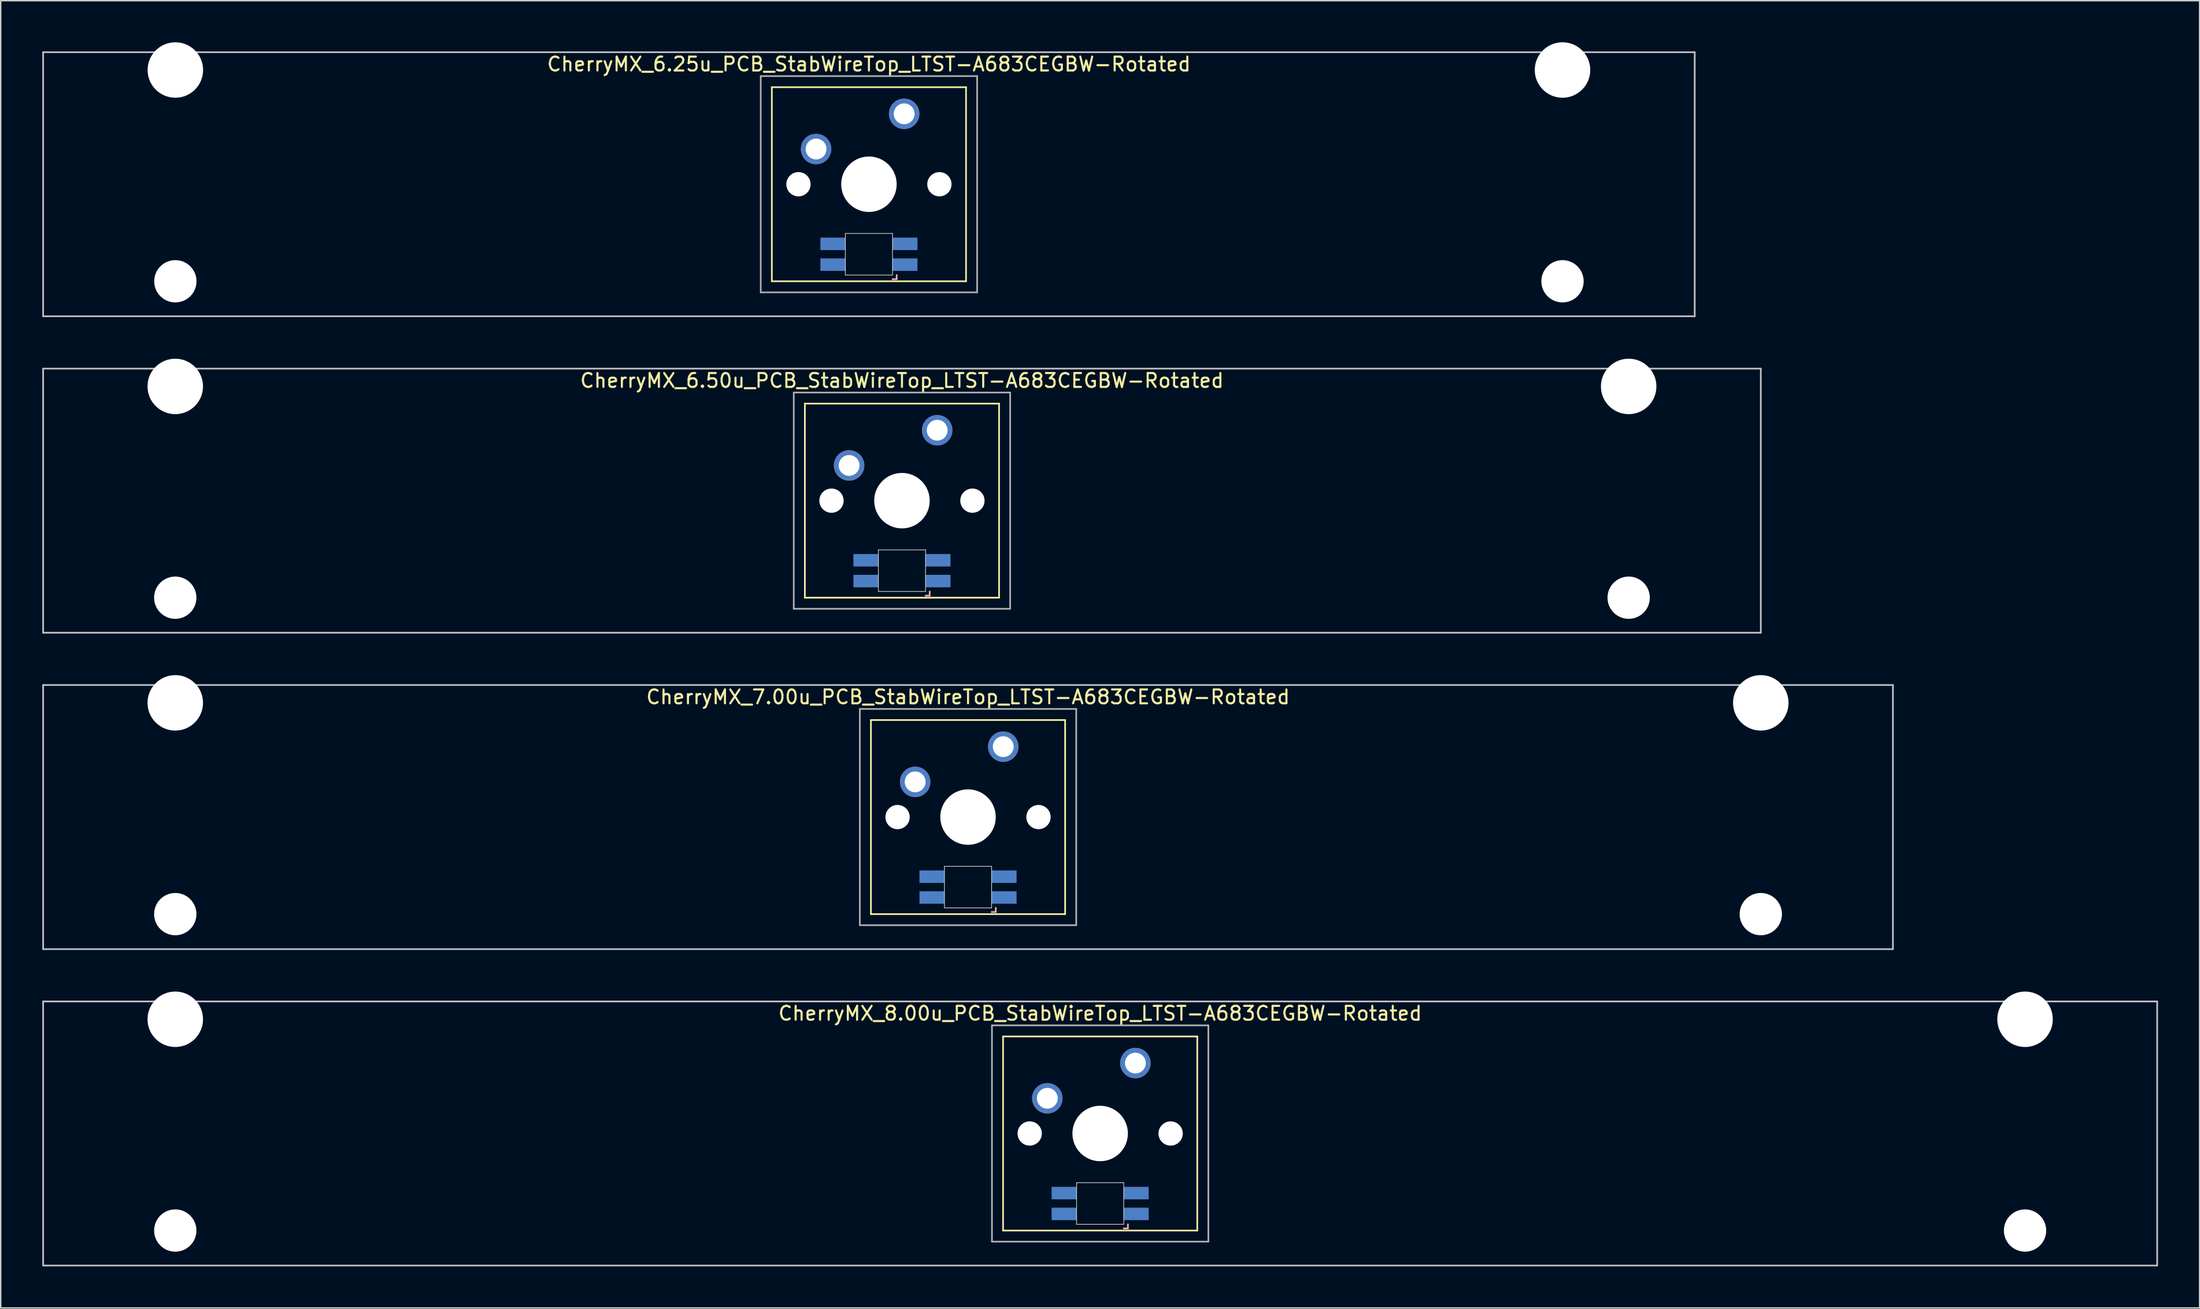
<source format=kicad_pcb>
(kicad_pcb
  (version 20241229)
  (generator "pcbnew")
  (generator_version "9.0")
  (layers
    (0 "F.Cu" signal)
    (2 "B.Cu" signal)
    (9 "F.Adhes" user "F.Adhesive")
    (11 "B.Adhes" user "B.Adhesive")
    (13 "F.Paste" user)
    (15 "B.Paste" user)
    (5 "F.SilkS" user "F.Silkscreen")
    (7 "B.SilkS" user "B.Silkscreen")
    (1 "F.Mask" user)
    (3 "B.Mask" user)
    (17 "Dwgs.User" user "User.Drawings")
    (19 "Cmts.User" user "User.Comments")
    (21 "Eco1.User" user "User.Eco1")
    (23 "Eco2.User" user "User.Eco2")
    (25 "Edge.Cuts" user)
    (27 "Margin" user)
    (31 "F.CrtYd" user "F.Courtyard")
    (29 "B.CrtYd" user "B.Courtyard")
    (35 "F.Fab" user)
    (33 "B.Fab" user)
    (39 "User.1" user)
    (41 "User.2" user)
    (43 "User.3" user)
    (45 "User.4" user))
  (footprint "CherryMX_7.00u_PCB_StabWireTop_LTST-A683CEGBW-Rotated"
    (layer "F.Cu")
    (at 66.735 55.89)
    (property "Reference" "CherryMX_7.00u_PCB_StabWireTop_LTST-A683CEGBW-Rotated" (at 0 -8.662 0) (layer "F.SilkS") (effects (font (size 1 1) (thickness 0.15))))
    (attr through_hole)
    (fp_line (start -7 -7) (end -7 7) (stroke (width 0.12) (type solid)) (layer "F.SilkS"))
    (fp_line (start -7 -7) (end 7 -7) (stroke (width 0.12) (type solid)) (layer "F.SilkS"))
    (fp_line (start 7 -7) (end 7 7) (stroke (width 0.12) (type solid)) (layer "F.SilkS"))
    (fp_line (start 7 7) (end -7 7) (stroke (width 0.12) (type solid)) (layer "F.SilkS"))
    (fp_line (start 1.7 6.85) (end 2 6.85) (stroke (width 0.12) (type solid)) (layer "B.SilkS"))
    (fp_line (start 2 6.85) (end 2 6.55) (stroke (width 0.12) (type solid)) (layer "B.SilkS"))
    (fp_line (start -66.675 -9.525) (end 66.675 -9.525) (stroke (width 0.12) (type solid)) (layer "Dwgs.User"))
    (fp_line (start -66.675 9.525) (end -66.675 -9.525) (stroke (width 0.12) (type solid)) (layer "Dwgs.User"))
    (fp_line (start 66.675 -9.525) (end 66.675 9.525) (stroke (width 0.12) (type solid)) (layer "Dwgs.User"))
    (fp_line (start 66.675 9.525) (end -66.675 9.525) (stroke (width 0.12) (type solid)) (layer "Dwgs.User"))
    (fp_line (start -1.7 3.55) (end 1.7 3.55) (stroke (width 0.05) (type solid)) (layer "Edge.Cuts"))
    (fp_line (start -1.7 6.55) (end -1.7 3.55) (stroke (width 0.05) (type solid)) (layer "Edge.Cuts"))
    (fp_line (start 1.7 3.55) (end 1.7 6.55) (stroke (width 0.05) (type solid)) (layer "Edge.Cuts"))
    (fp_line (start 1.7 6.55) (end -1.7 6.55) (stroke (width 0.05) (type solid)) (layer "Edge.Cuts"))
    (fp_line (start -7.8 -7.8) (end -7.8 7.8) (stroke (width 0.12) (type solid)) (layer "F.Fab"))
    (fp_line (start -7.8 -7.8) (end 7.8 -7.8) (stroke (width 0.12) (type solid)) (layer "F.Fab"))
    (fp_line (start -7.8 7.8) (end 7.8 7.8) (stroke (width 0.12) (type solid)) (layer "F.Fab"))
    (fp_line (start 7.8 -7.8) (end 7.8 7.8) (stroke (width 0.12) (type solid)) (layer "F.Fab"))
    (pad "" np_thru_hole circle (at -57.15 -8.24) (size 4 4) (drill 4) (layers "*.Cu" "*.Mask"))
    (pad "" np_thru_hole circle (at -57.15 7) (size 3.05 3.05) (drill 3.05) (layers "*.Cu" "*.Mask"))
    (pad "" np_thru_hole circle (at -5.08 0) (size 1.75 1.75) (drill 1.75) (layers "*.Cu" "*.Mask"))
    (pad "" np_thru_hole circle (at 0 0) (size 4 4) (drill 4) (layers "*.Cu" "*.Mask"))
    (pad "" np_thru_hole circle (at 5.08 0) (size 1.75 1.75) (drill 1.75) (layers "*.Cu" "*.Mask"))
    (pad "" np_thru_hole circle (at 57.15 -8.24) (size 4 4) (drill 4) (layers "*.Cu" "*.Mask"))
    (pad "" np_thru_hole circle (at 57.15 7) (size 3.05 3.05) (drill 3.05) (layers "*.Cu" "*.Mask"))
    (pad "1" thru_hole circle (at -3.81 -2.54) (size 2.2 2.2) (drill 1.5) (layers "*.Cu" "*.Mask"))
    (pad "2" thru_hole circle (at 2.54 -5.08) (size 2.2 2.2) (drill 1.5) (layers "*.Cu" "*.Mask"))
    (pad "3" smd rect (at 2.6 5.8) (size 1.8 0.9) (layers "B.Cu" "B.Mask" "B.Paste"))
    (pad "4" smd rect (at 2.6 4.3) (size 1.8 0.9) (layers "B.Cu" "B.Mask" "B.Paste"))
    (pad "5" smd rect (at -2.6 5.8) (size 1.8 0.9) (layers "B.Cu" "B.Mask" "B.Paste"))
    (pad "6" smd rect (at -2.6 4.3) (size 1.8 0.9) (layers "B.Cu" "B.Mask" "B.Paste")))
  (footprint "CherryMX_6.25u_PCB_StabWireTop_LTST-A683CEGBW-Rotated"
    (layer "F.Cu")
    (at 59.591 10.24)
    (property "Reference" "CherryMX_6.25u_PCB_StabWireTop_LTST-A683CEGBW-Rotated" (at 0 -8.662 0) (layer "F.SilkS") (effects (font (size 1 1) (thickness 0.15))))
    (attr through_hole)
    (fp_line (start -7 -7) (end -7 7) (stroke (width 0.12) (type solid)) (layer "F.SilkS"))
    (fp_line (start -7 -7) (end 7 -7) (stroke (width 0.12) (type solid)) (layer "F.SilkS"))
    (fp_line (start 7 -7) (end 7 7) (stroke (width 0.12) (type solid)) (layer "F.SilkS"))
    (fp_line (start 7 7) (end -7 7) (stroke (width 0.12) (type solid)) (layer "F.SilkS"))
    (fp_line (start 1.7 6.85) (end 2 6.85) (stroke (width 0.12) (type solid)) (layer "B.SilkS"))
    (fp_line (start 2 6.85) (end 2 6.55) (stroke (width 0.12) (type solid)) (layer "B.SilkS"))
    (fp_line (start -59.531 -9.525) (end 59.531 -9.525) (stroke (width 0.12) (type solid)) (layer "Dwgs.User"))
    (fp_line (start -59.531 9.525) (end -59.531 -9.525) (stroke (width 0.12) (type solid)) (layer "Dwgs.User"))
    (fp_line (start 59.531 -9.525) (end 59.531 9.525) (stroke (width 0.12) (type solid)) (layer "Dwgs.User"))
    (fp_line (start 59.531 9.525) (end -59.531 9.525) (stroke (width 0.12) (type solid)) (layer "Dwgs.User"))
    (fp_line (start -1.7 3.55) (end 1.7 3.55) (stroke (width 0.05) (type solid)) (layer "Edge.Cuts"))
    (fp_line (start -1.7 6.55) (end -1.7 3.55) (stroke (width 0.05) (type solid)) (layer "Edge.Cuts"))
    (fp_line (start 1.7 3.55) (end 1.7 6.55) (stroke (width 0.05) (type solid)) (layer "Edge.Cuts"))
    (fp_line (start 1.7 6.55) (end -1.7 6.55) (stroke (width 0.05) (type solid)) (layer "Edge.Cuts"))
    (fp_line (start -7.8 -7.8) (end -7.8 7.8) (stroke (width 0.12) (type solid)) (layer "F.Fab"))
    (fp_line (start -7.8 -7.8) (end 7.8 -7.8) (stroke (width 0.12) (type solid)) (layer "F.Fab"))
    (fp_line (start -7.8 7.8) (end 7.8 7.8) (stroke (width 0.12) (type solid)) (layer "F.Fab"))
    (fp_line (start 7.8 -7.8) (end 7.8 7.8) (stroke (width 0.12) (type solid)) (layer "F.Fab"))
    (pad "" np_thru_hole circle (at -50 -8.24) (size 4 4) (drill 4) (layers "*.Cu" "*.Mask"))
    (pad "" np_thru_hole circle (at -50 7) (size 3.05 3.05) (drill 3.05) (layers "*.Cu" "*.Mask"))
    (pad "" np_thru_hole circle (at -5.08 0) (size 1.75 1.75) (drill 1.75) (layers "*.Cu" "*.Mask"))
    (pad "" np_thru_hole circle (at 0 0) (size 4 4) (drill 4) (layers "*.Cu" "*.Mask"))
    (pad "" np_thru_hole circle (at 5.08 0) (size 1.75 1.75) (drill 1.75) (layers "*.Cu" "*.Mask"))
    (pad "" np_thru_hole circle (at 50 -8.24) (size 4 4) (drill 4) (layers "*.Cu" "*.Mask"))
    (pad "" np_thru_hole circle (at 50 7) (size 3.05 3.05) (drill 3.05) (layers "*.Cu" "*.Mask"))
    (pad "1" thru_hole circle (at -3.81 -2.54) (size 2.2 2.2) (drill 1.5) (layers "*.Cu" "*.Mask"))
    (pad "2" thru_hole circle (at 2.54 -5.08) (size 2.2 2.2) (drill 1.5) (layers "*.Cu" "*.Mask"))
    (pad "3" smd rect (at 2.6 5.8) (size 1.8 0.9) (layers "B.Cu" "B.Mask" "B.Paste"))
    (pad "4" smd rect (at 2.6 4.3) (size 1.8 0.9) (layers "B.Cu" "B.Mask" "B.Paste"))
    (pad "5" smd rect (at -2.6 5.8) (size 1.8 0.9) (layers "B.Cu" "B.Mask" "B.Paste"))
    (pad "6" smd rect (at -2.6 4.3) (size 1.8 0.9) (layers "B.Cu" "B.Mask" "B.Paste")))
  (footprint "CherryMX_8.00u_PCB_StabWireTop_LTST-A683CEGBW-Rotated"
    (layer "F.Cu")
    (at 76.26 78.715)
    (property "Reference" "CherryMX_8.00u_PCB_StabWireTop_LTST-A683CEGBW-Rotated" (at 0 -8.662 0) (layer "F.SilkS") (effects (font (size 1 1) (thickness 0.15))))
    (attr through_hole)
    (fp_line (start -7 -7) (end -7 7) (stroke (width 0.12) (type solid)) (layer "F.SilkS"))
    (fp_line (start -7 -7) (end 7 -7) (stroke (width 0.12) (type solid)) (layer "F.SilkS"))
    (fp_line (start 7 -7) (end 7 7) (stroke (width 0.12) (type solid)) (layer "F.SilkS"))
    (fp_line (start 7 7) (end -7 7) (stroke (width 0.12) (type solid)) (layer "F.SilkS"))
    (fp_line (start 1.7 6.85) (end 2 6.85) (stroke (width 0.12) (type solid)) (layer "B.SilkS"))
    (fp_line (start 2 6.85) (end 2 6.55) (stroke (width 0.12) (type solid)) (layer "B.SilkS"))
    (fp_line (start -76.2 -9.525) (end 76.2 -9.525) (stroke (width 0.12) (type solid)) (layer "Dwgs.User"))
    (fp_line (start -76.2 9.525) (end -76.2 -9.525) (stroke (width 0.12) (type solid)) (layer "Dwgs.User"))
    (fp_line (start 76.2 -9.525) (end 76.2 9.525) (stroke (width 0.12) (type solid)) (layer "Dwgs.User"))
    (fp_line (start 76.2 9.525) (end -76.2 9.525) (stroke (width 0.12) (type solid)) (layer "Dwgs.User"))
    (fp_line (start -1.7 3.55) (end 1.7 3.55) (stroke (width 0.05) (type solid)) (layer "Edge.Cuts"))
    (fp_line (start -1.7 6.55) (end -1.7 3.55) (stroke (width 0.05) (type solid)) (layer "Edge.Cuts"))
    (fp_line (start 1.7 3.55) (end 1.7 6.55) (stroke (width 0.05) (type solid)) (layer "Edge.Cuts"))
    (fp_line (start 1.7 6.55) (end -1.7 6.55) (stroke (width 0.05) (type solid)) (layer "Edge.Cuts"))
    (fp_line (start -7.8 -7.8) (end -7.8 7.8) (stroke (width 0.12) (type solid)) (layer "F.Fab"))
    (fp_line (start -7.8 -7.8) (end 7.8 -7.8) (stroke (width 0.12) (type solid)) (layer "F.Fab"))
    (fp_line (start -7.8 7.8) (end 7.8 7.8) (stroke (width 0.12) (type solid)) (layer "F.Fab"))
    (fp_line (start 7.8 -7.8) (end 7.8 7.8) (stroke (width 0.12) (type solid)) (layer "F.Fab"))
    (pad "" np_thru_hole circle (at -66.675 -8.24) (size 4 4) (drill 4) (layers "*.Cu" "*.Mask"))
    (pad "" np_thru_hole circle (at -66.675 7) (size 3.05 3.05) (drill 3.05) (layers "*.Cu" "*.Mask"))
    (pad "" np_thru_hole circle (at -5.08 0) (size 1.75 1.75) (drill 1.75) (layers "*.Cu" "*.Mask"))
    (pad "" np_thru_hole circle (at 0 0) (size 4 4) (drill 4) (layers "*.Cu" "*.Mask"))
    (pad "" np_thru_hole circle (at 5.08 0) (size 1.75 1.75) (drill 1.75) (layers "*.Cu" "*.Mask"))
    (pad "" np_thru_hole circle (at 66.675 -8.24) (size 4 4) (drill 4) (layers "*.Cu" "*.Mask"))
    (pad "" np_thru_hole circle (at 66.675 7) (size 3.05 3.05) (drill 3.05) (layers "*.Cu" "*.Mask"))
    (pad "1" thru_hole circle (at -3.81 -2.54) (size 2.2 2.2) (drill 1.5) (layers "*.Cu" "*.Mask"))
    (pad "2" thru_hole circle (at 2.54 -5.08) (size 2.2 2.2) (drill 1.5) (layers "*.Cu" "*.Mask"))
    (pad "3" smd rect (at 2.6 5.8) (size 1.8 0.9) (layers "B.Cu" "B.Mask" "B.Paste"))
    (pad "4" smd rect (at 2.6 4.3) (size 1.8 0.9) (layers "B.Cu" "B.Mask" "B.Paste"))
    (pad "5" smd rect (at -2.6 5.8) (size 1.8 0.9) (layers "B.Cu" "B.Mask" "B.Paste"))
    (pad "6" smd rect (at -2.6 4.3) (size 1.8 0.9) (layers "B.Cu" "B.Mask" "B.Paste")))
  (footprint "CherryMX_6.50u_PCB_StabWireTop_LTST-A683CEGBW-Rotated"
    (layer "F.Cu")
    (at 61.972 33.065)
    (property "Reference" "CherryMX_6.50u_PCB_StabWireTop_LTST-A683CEGBW-Rotated" (at 0 -8.662 0) (layer "F.SilkS") (effects (font (size 1 1) (thickness 0.15))))
    (attr through_hole)
    (fp_line (start -7 -7) (end -7 7) (stroke (width 0.12) (type solid)) (layer "F.SilkS"))
    (fp_line (start -7 -7) (end 7 -7) (stroke (width 0.12) (type solid)) (layer "F.SilkS"))
    (fp_line (start 7 -7) (end 7 7) (stroke (width 0.12) (type solid)) (layer "F.SilkS"))
    (fp_line (start 7 7) (end -7 7) (stroke (width 0.12) (type solid)) (layer "F.SilkS"))
    (fp_line (start 1.7 6.85) (end 2 6.85) (stroke (width 0.12) (type solid)) (layer "B.SilkS"))
    (fp_line (start 2 6.85) (end 2 6.55) (stroke (width 0.12) (type solid)) (layer "B.SilkS"))
    (fp_line (start -61.913 -9.525) (end 61.913 -9.525) (stroke (width 0.12) (type solid)) (layer "Dwgs.User"))
    (fp_line (start -61.913 9.525) (end -61.913 -9.525) (stroke (width 0.12) (type solid)) (layer "Dwgs.User"))
    (fp_line (start 61.913 -9.525) (end 61.913 9.525) (stroke (width 0.12) (type solid)) (layer "Dwgs.User"))
    (fp_line (start 61.913 9.525) (end -61.913 9.525) (stroke (width 0.12) (type solid)) (layer "Dwgs.User"))
    (fp_line (start -1.7 3.55) (end 1.7 3.55) (stroke (width 0.05) (type solid)) (layer "Edge.Cuts"))
    (fp_line (start -1.7 6.55) (end -1.7 3.55) (stroke (width 0.05) (type solid)) (layer "Edge.Cuts"))
    (fp_line (start 1.7 3.55) (end 1.7 6.55) (stroke (width 0.05) (type solid)) (layer "Edge.Cuts"))
    (fp_line (start 1.7 6.55) (end -1.7 6.55) (stroke (width 0.05) (type solid)) (layer "Edge.Cuts"))
    (fp_line (start -7.8 -7.8) (end -7.8 7.8) (stroke (width 0.12) (type solid)) (layer "F.Fab"))
    (fp_line (start -7.8 -7.8) (end 7.8 -7.8) (stroke (width 0.12) (type solid)) (layer "F.Fab"))
    (fp_line (start -7.8 7.8) (end 7.8 7.8) (stroke (width 0.12) (type solid)) (layer "F.Fab"))
    (fp_line (start 7.8 -7.8) (end 7.8 7.8) (stroke (width 0.12) (type solid)) (layer "F.Fab"))
    (pad "" np_thru_hole circle (at -52.388 -8.24) (size 4 4) (drill 4) (layers "*.Cu" "*.Mask"))
    (pad "" np_thru_hole circle (at -52.388 7) (size 3.05 3.05) (drill 3.05) (layers "*.Cu" "*.Mask"))
    (pad "" np_thru_hole circle (at -5.08 0) (size 1.75 1.75) (drill 1.75) (layers "*.Cu" "*.Mask"))
    (pad "" np_thru_hole circle (at 0 0) (size 4 4) (drill 4) (layers "*.Cu" "*.Mask"))
    (pad "" np_thru_hole circle (at 5.08 0) (size 1.75 1.75) (drill 1.75) (layers "*.Cu" "*.Mask"))
    (pad "" np_thru_hole circle (at 52.388 -8.24) (size 4 4) (drill 4) (layers "*.Cu" "*.Mask"))
    (pad "" np_thru_hole circle (at 52.388 7) (size 3.05 3.05) (drill 3.05) (layers "*.Cu" "*.Mask"))
    (pad "1" thru_hole circle (at -3.81 -2.54) (size 2.2 2.2) (drill 1.5) (layers "*.Cu" "*.Mask"))
    (pad "2" thru_hole circle (at 2.54 -5.08) (size 2.2 2.2) (drill 1.5) (layers "*.Cu" "*.Mask"))
    (pad "3" smd rect (at 2.6 5.8) (size 1.8 0.9) (layers "B.Cu" "B.Mask" "B.Paste"))
    (pad "4" smd rect (at 2.6 4.3) (size 1.8 0.9) (layers "B.Cu" "B.Mask" "B.Paste"))
    (pad "5" smd rect (at -2.6 5.8) (size 1.8 0.9) (layers "B.Cu" "B.Mask" "B.Paste"))
    (pad "6" smd rect (at -2.6 4.3) (size 1.8 0.9) (layers "B.Cu" "B.Mask" "B.Paste")))
  (gr_rect
    (start -3 -3)
    (end 155.52 91.3)
    (stroke (width 0.1) (type default))
    (fill no)
    (layer "Edge.Cuts")))
</source>
